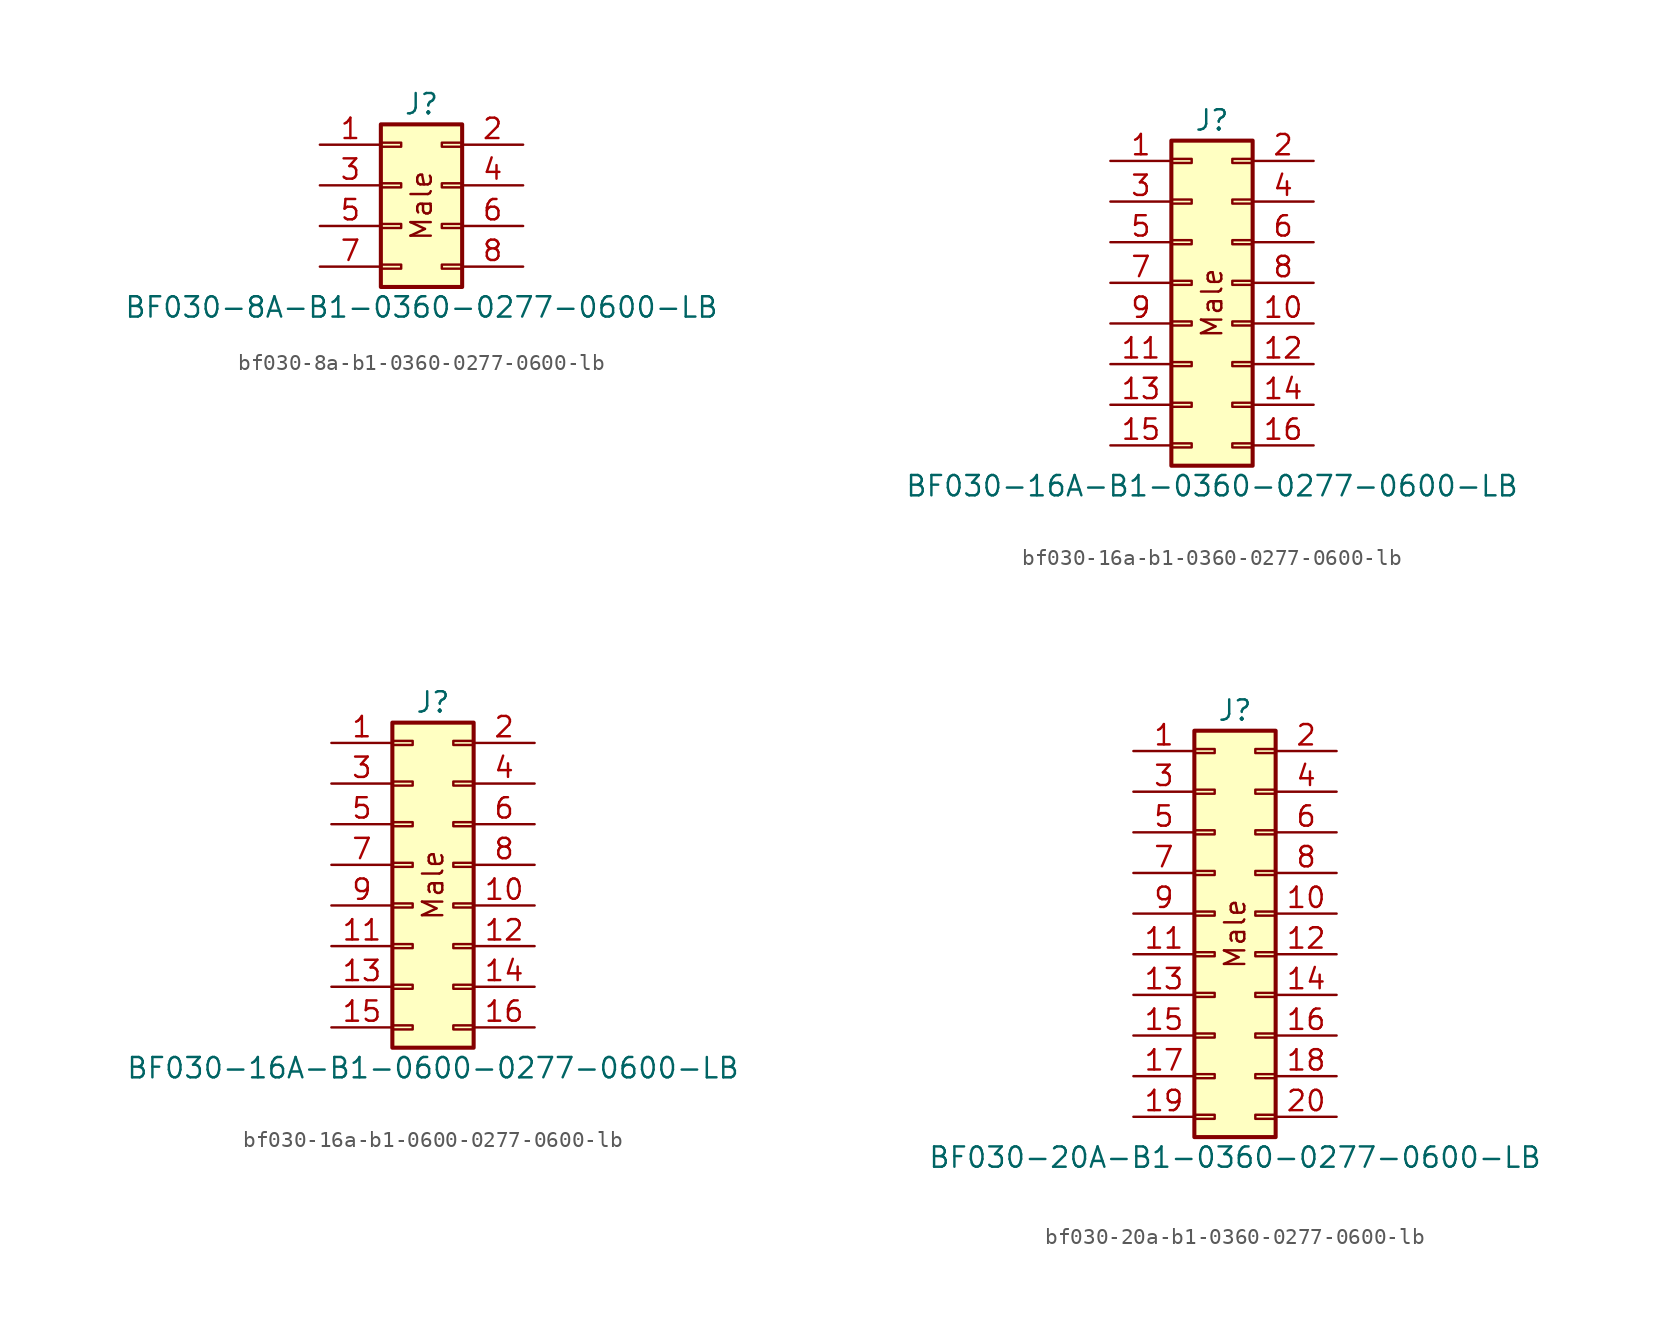
<source format=kicad_sym>
(kicad_symbol_lib
  (version 20231120)
  (generator "kicad_symbol_editor")
  (generator_version "8.0")
  (symbol "bf030-8a-b1-0360-0277-0600-lb"
    (property "Reference" "J"
      (at 0 6.35 0)
      (effects (font (size 1.27 1.27))))
    (property "Value" "BF030-8A-B1-0360-0277-0600-LB"
      (at 0 -6.35 0)
      (effects (font (size 1.27 1.27))))
    (symbol "bf030-8a-b1-0360-0277-0600-lb_1_1"
      (rectangle (start -2.54 -3.683) (end -1.27 -3.937) (stroke (width 0.152) (type default)) (fill (type none)))
      (rectangle (start -2.54 -1.143) (end -1.27 -1.397) (stroke (width 0.152) (type default)) (fill (type none)))
      (rectangle (start -2.54 1.397) (end -1.27 1.143) (stroke (width 0.152) (type default)) (fill (type none)))
      (rectangle (start -2.54 3.937) (end -1.27 3.683) (stroke (width 0.152) (type default)) (fill (type none)))
      (rectangle (start -2.54 5.08) (end 2.54 -5.08) (stroke (width 0.254) (type default)) (fill (type background)))
      (rectangle (start 2.54 -3.683) (end 1.27 -3.937) (stroke (width 0.152) (type default)) (fill (type none)))
      (rectangle (start 2.54 -1.143) (end 1.27 -1.397) (stroke (width 0.152) (type default)) (fill (type none)))
      (rectangle (start 2.54 1.397) (end 1.27 1.143) (stroke (width 0.152) (type default)) (fill (type none)))
      (rectangle (start 2.54 3.937) (end 1.27 3.683) (stroke (width 0.152) (type default)) (fill (type none)))
      (text "Male" (at 0 0 900) (effects (font (size 1.27 1.27))))
      (pin passive line (at -6.35 3.81 0) (length 3.81) (name "" (effects (font (size 1.27 1.27)))) (number "1" (effects (font (size 1.27 1.27)))))
      (pin passive line (at 6.35 3.81 180) (length 3.81) (name "" (effects (font (size 1.27 1.27)))) (number "2" (effects (font (size 1.27 1.27)))))
      (pin passive line (at -6.35 1.27 0) (length 3.81) (name "" (effects (font (size 1.27 1.27)))) (number "3" (effects (font (size 1.27 1.27)))))
      (pin passive line (at 6.35 1.27 180) (length 3.81) (name "" (effects (font (size 1.27 1.27)))) (number "4" (effects (font (size 1.27 1.27)))))
      (pin passive line (at -6.35 -1.27 0) (length 3.81) (name "" (effects (font (size 1.27 1.27)))) (number "5" (effects (font (size 1.27 1.27)))))
      (pin passive line (at 6.35 -1.27 180) (length 3.81) (name "" (effects (font (size 1.27 1.27)))) (number "6" (effects (font (size 1.27 1.27)))))
      (pin passive line (at -6.35 -3.81 0) (length 3.81) (name "" (effects (font (size 1.27 1.27)))) (number "7" (effects (font (size 1.27 1.27)))))
      (pin passive line (at 6.35 -3.81 180) (length 3.81) (name "" (effects (font (size 1.27 1.27)))) (number "8" (effects (font (size 1.27 1.27)))))))
  (symbol "bf030-16a-b1-0360-0277-0600-lb"
    (property "Reference" "J"
      (at 0 11.43 0)
      (effects (font (size 1.27 1.27))))
    (property "Value" "BF030-16A-B1-0360-0277-0600-LB"
      (at 0 -11.43 0)
      (effects (font (size 1.27 1.27))))
    (symbol "bf030-16a-b1-0360-0277-0600-lb_1_1"
      (rectangle (start -2.54 -8.763) (end -1.27 -9.017) (stroke (width 0.152) (type default)) (fill (type none)))
      (rectangle (start -2.54 -6.223) (end -1.27 -6.477) (stroke (width 0.152) (type default)) (fill (type none)))
      (rectangle (start -2.54 -3.683) (end -1.27 -3.937) (stroke (width 0.152) (type default)) (fill (type none)))
      (rectangle (start -2.54 -1.143) (end -1.27 -1.397) (stroke (width 0.152) (type default)) (fill (type none)))
      (rectangle (start -2.54 1.397) (end -1.27 1.143) (stroke (width 0.152) (type default)) (fill (type none)))
      (rectangle (start -2.54 3.937) (end -1.27 3.683) (stroke (width 0.152) (type default)) (fill (type none)))
      (rectangle (start -2.54 6.477) (end -1.27 6.223) (stroke (width 0.152) (type default)) (fill (type none)))
      (rectangle (start -2.54 9.017) (end -1.27 8.763) (stroke (width 0.152) (type default)) (fill (type none)))
      (rectangle (start -2.54 10.16) (end 2.54 -10.16) (stroke (width 0.254) (type default)) (fill (type background)))
      (rectangle (start 2.54 -8.763) (end 1.27 -9.017) (stroke (width 0.152) (type default)) (fill (type none)))
      (rectangle (start 2.54 -6.223) (end 1.27 -6.477) (stroke (width 0.152) (type default)) (fill (type none)))
      (rectangle (start 2.54 -3.683) (end 1.27 -3.937) (stroke (width 0.152) (type default)) (fill (type none)))
      (rectangle (start 2.54 -1.143) (end 1.27 -1.397) (stroke (width 0.152) (type default)) (fill (type none)))
      (rectangle (start 2.54 1.397) (end 1.27 1.143) (stroke (width 0.152) (type default)) (fill (type none)))
      (rectangle (start 2.54 3.937) (end 1.27 3.683) (stroke (width 0.152) (type default)) (fill (type none)))
      (rectangle (start 2.54 6.477) (end 1.27 6.223) (stroke (width 0.152) (type default)) (fill (type none)))
      (rectangle (start 2.54 9.017) (end 1.27 8.763) (stroke (width 0.152) (type default)) (fill (type none)))
      (text "Male" (at 0 0 900) (effects (font (size 1.27 1.27))))
      (pin passive line (at -6.35 8.89 0) (length 3.81) (name "" (effects (font (size 1.27 1.27)))) (number "1" (effects (font (size 1.27 1.27)))))
      (pin passive line (at 6.35 -1.27 180) (length 3.81) (name "" (effects (font (size 1.27 1.27)))) (number "10" (effects (font (size 1.27 1.27)))))
      (pin passive line (at -6.35 -3.81 0) (length 3.81) (name "" (effects (font (size 1.27 1.27)))) (number "11" (effects (font (size 1.27 1.27)))))
      (pin passive line (at 6.35 -3.81 180) (length 3.81) (name "" (effects (font (size 1.27 1.27)))) (number "12" (effects (font (size 1.27 1.27)))))
      (pin passive line (at -6.35 -6.35 0) (length 3.81) (name "" (effects (font (size 1.27 1.27)))) (number "13" (effects (font (size 1.27 1.27)))))
      (pin passive line (at 6.35 -6.35 180) (length 3.81) (name "" (effects (font (size 1.27 1.27)))) (number "14" (effects (font (size 1.27 1.27)))))
      (pin passive line (at -6.35 -8.89 0) (length 3.81) (name "" (effects (font (size 1.27 1.27)))) (number "15" (effects (font (size 1.27 1.27)))))
      (pin passive line (at 6.35 -8.89 180) (length 3.81) (name "" (effects (font (size 1.27 1.27)))) (number "16" (effects (font (size 1.27 1.27)))))
      (pin passive line (at 6.35 8.89 180) (length 3.81) (name "" (effects (font (size 1.27 1.27)))) (number "2" (effects (font (size 1.27 1.27)))))
      (pin passive line (at -6.35 6.35 0) (length 3.81) (name "" (effects (font (size 1.27 1.27)))) (number "3" (effects (font (size 1.27 1.27)))))
      (pin passive line (at 6.35 6.35 180) (length 3.81) (name "" (effects (font (size 1.27 1.27)))) (number "4" (effects (font (size 1.27 1.27)))))
      (pin passive line (at -6.35 3.81 0) (length 3.81) (name "" (effects (font (size 1.27 1.27)))) (number "5" (effects (font (size 1.27 1.27)))))
      (pin passive line (at 6.35 3.81 180) (length 3.81) (name "" (effects (font (size 1.27 1.27)))) (number "6" (effects (font (size 1.27 1.27)))))
      (pin passive line (at -6.35 1.27 0) (length 3.81) (name "" (effects (font (size 1.27 1.27)))) (number "7" (effects (font (size 1.27 1.27)))))
      (pin passive line (at 6.35 1.27 180) (length 3.81) (name "" (effects (font (size 1.27 1.27)))) (number "8" (effects (font (size 1.27 1.27)))))
      (pin passive line (at -6.35 -1.27 0) (length 3.81) (name "" (effects (font (size 1.27 1.27)))) (number "9" (effects (font (size 1.27 1.27)))))))
  (symbol "bf030-16a-b1-0600-0277-0600-lb"
    (property "Reference" "J"
      (at 0 11.43 0)
      (effects (font (size 1.27 1.27))))
    (property "Value" "BF030-16A-B1-0600-0277-0600-LB"
      (at 0 -11.43 0)
      (effects (font (size 1.27 1.27))))
    (symbol "bf030-16a-b1-0600-0277-0600-lb_1_1"
      (rectangle (start -2.54 -8.763) (end -1.27 -9.017) (stroke (width 0.152) (type default)) (fill (type none)))
      (rectangle (start -2.54 -6.223) (end -1.27 -6.477) (stroke (width 0.152) (type default)) (fill (type none)))
      (rectangle (start -2.54 -3.683) (end -1.27 -3.937) (stroke (width 0.152) (type default)) (fill (type none)))
      (rectangle (start -2.54 -1.143) (end -1.27 -1.397) (stroke (width 0.152) (type default)) (fill (type none)))
      (rectangle (start -2.54 1.397) (end -1.27 1.143) (stroke (width 0.152) (type default)) (fill (type none)))
      (rectangle (start -2.54 3.937) (end -1.27 3.683) (stroke (width 0.152) (type default)) (fill (type none)))
      (rectangle (start -2.54 6.477) (end -1.27 6.223) (stroke (width 0.152) (type default)) (fill (type none)))
      (rectangle (start -2.54 9.017) (end -1.27 8.763) (stroke (width 0.152) (type default)) (fill (type none)))
      (rectangle (start -2.54 10.16) (end 2.54 -10.16) (stroke (width 0.254) (type default)) (fill (type background)))
      (rectangle (start 2.54 -8.763) (end 1.27 -9.017) (stroke (width 0.152) (type default)) (fill (type none)))
      (rectangle (start 2.54 -6.223) (end 1.27 -6.477) (stroke (width 0.152) (type default)) (fill (type none)))
      (rectangle (start 2.54 -3.683) (end 1.27 -3.937) (stroke (width 0.152) (type default)) (fill (type none)))
      (rectangle (start 2.54 -1.143) (end 1.27 -1.397) (stroke (width 0.152) (type default)) (fill (type none)))
      (rectangle (start 2.54 1.397) (end 1.27 1.143) (stroke (width 0.152) (type default)) (fill (type none)))
      (rectangle (start 2.54 3.937) (end 1.27 3.683) (stroke (width 0.152) (type default)) (fill (type none)))
      (rectangle (start 2.54 6.477) (end 1.27 6.223) (stroke (width 0.152) (type default)) (fill (type none)))
      (rectangle (start 2.54 9.017) (end 1.27 8.763) (stroke (width 0.152) (type default)) (fill (type none)))
      (text "Male" (at 0 0 900) (effects (font (size 1.27 1.27))))
      (pin passive line (at -6.35 8.89 0) (length 3.81) (name "" (effects (font (size 1.27 1.27)))) (number "1" (effects (font (size 1.27 1.27)))))
      (pin passive line (at 6.35 -1.27 180) (length 3.81) (name "" (effects (font (size 1.27 1.27)))) (number "10" (effects (font (size 1.27 1.27)))))
      (pin passive line (at -6.35 -3.81 0) (length 3.81) (name "" (effects (font (size 1.27 1.27)))) (number "11" (effects (font (size 1.27 1.27)))))
      (pin passive line (at 6.35 -3.81 180) (length 3.81) (name "" (effects (font (size 1.27 1.27)))) (number "12" (effects (font (size 1.27 1.27)))))
      (pin passive line (at -6.35 -6.35 0) (length 3.81) (name "" (effects (font (size 1.27 1.27)))) (number "13" (effects (font (size 1.27 1.27)))))
      (pin passive line (at 6.35 -6.35 180) (length 3.81) (name "" (effects (font (size 1.27 1.27)))) (number "14" (effects (font (size 1.27 1.27)))))
      (pin passive line (at -6.35 -8.89 0) (length 3.81) (name "" (effects (font (size 1.27 1.27)))) (number "15" (effects (font (size 1.27 1.27)))))
      (pin passive line (at 6.35 -8.89 180) (length 3.81) (name "" (effects (font (size 1.27 1.27)))) (number "16" (effects (font (size 1.27 1.27)))))
      (pin passive line (at 6.35 8.89 180) (length 3.81) (name "" (effects (font (size 1.27 1.27)))) (number "2" (effects (font (size 1.27 1.27)))))
      (pin passive line (at -6.35 6.35 0) (length 3.81) (name "" (effects (font (size 1.27 1.27)))) (number "3" (effects (font (size 1.27 1.27)))))
      (pin passive line (at 6.35 6.35 180) (length 3.81) (name "" (effects (font (size 1.27 1.27)))) (number "4" (effects (font (size 1.27 1.27)))))
      (pin passive line (at -6.35 3.81 0) (length 3.81) (name "" (effects (font (size 1.27 1.27)))) (number "5" (effects (font (size 1.27 1.27)))))
      (pin passive line (at 6.35 3.81 180) (length 3.81) (name "" (effects (font (size 1.27 1.27)))) (number "6" (effects (font (size 1.27 1.27)))))
      (pin passive line (at -6.35 1.27 0) (length 3.81) (name "" (effects (font (size 1.27 1.27)))) (number "7" (effects (font (size 1.27 1.27)))))
      (pin passive line (at 6.35 1.27 180) (length 3.81) (name "" (effects (font (size 1.27 1.27)))) (number "8" (effects (font (size 1.27 1.27)))))
      (pin passive line (at -6.35 -1.27 0) (length 3.81) (name "" (effects (font (size 1.27 1.27)))) (number "9" (effects (font (size 1.27 1.27)))))))
  (symbol "bf030-20a-b1-0360-0277-0600-lb"
    (property "Reference" "J"
      (at 0 13.97 0)
      (effects (font (size 1.27 1.27))))
    (property "Value" "BF030-20A-B1-0360-0277-0600-LB"
      (at 0 -13.97 0)
      (effects (font (size 1.27 1.27))))
    (symbol "bf030-20a-b1-0360-0277-0600-lb_1_1"
      (rectangle (start -2.54 -11.303) (end -1.27 -11.557) (stroke (width 0.152) (type default)) (fill (type none)))
      (rectangle (start -2.54 -8.763) (end -1.27 -9.017) (stroke (width 0.152) (type default)) (fill (type none)))
      (rectangle (start -2.54 -6.223) (end -1.27 -6.477) (stroke (width 0.152) (type default)) (fill (type none)))
      (rectangle (start -2.54 -3.683) (end -1.27 -3.937) (stroke (width 0.152) (type default)) (fill (type none)))
      (rectangle (start -2.54 -1.143) (end -1.27 -1.397) (stroke (width 0.152) (type default)) (fill (type none)))
      (rectangle (start -2.54 1.397) (end -1.27 1.143) (stroke (width 0.152) (type default)) (fill (type none)))
      (rectangle (start -2.54 3.937) (end -1.27 3.683) (stroke (width 0.152) (type default)) (fill (type none)))
      (rectangle (start -2.54 6.477) (end -1.27 6.223) (stroke (width 0.152) (type default)) (fill (type none)))
      (rectangle (start -2.54 9.017) (end -1.27 8.763) (stroke (width 0.152) (type default)) (fill (type none)))
      (rectangle (start -2.54 11.557) (end -1.27 11.303) (stroke (width 0.152) (type default)) (fill (type none)))
      (rectangle (start -2.54 12.7) (end 2.54 -12.7) (stroke (width 0.254) (type default)) (fill (type background)))
      (rectangle (start 2.54 -11.303) (end 1.27 -11.557) (stroke (width 0.152) (type default)) (fill (type none)))
      (rectangle (start 2.54 -8.763) (end 1.27 -9.017) (stroke (width 0.152) (type default)) (fill (type none)))
      (rectangle (start 2.54 -6.223) (end 1.27 -6.477) (stroke (width 0.152) (type default)) (fill (type none)))
      (rectangle (start 2.54 -3.683) (end 1.27 -3.937) (stroke (width 0.152) (type default)) (fill (type none)))
      (rectangle (start 2.54 -1.143) (end 1.27 -1.397) (stroke (width 0.152) (type default)) (fill (type none)))
      (rectangle (start 2.54 1.397) (end 1.27 1.143) (stroke (width 0.152) (type default)) (fill (type none)))
      (rectangle (start 2.54 3.937) (end 1.27 3.683) (stroke (width 0.152) (type default)) (fill (type none)))
      (rectangle (start 2.54 6.477) (end 1.27 6.223) (stroke (width 0.152) (type default)) (fill (type none)))
      (rectangle (start 2.54 9.017) (end 1.27 8.763) (stroke (width 0.152) (type default)) (fill (type none)))
      (rectangle (start 2.54 11.557) (end 1.27 11.303) (stroke (width 0.152) (type default)) (fill (type none)))
      (text "Male" (at 0 0 900) (effects (font (size 1.27 1.27))))
      (pin passive line (at -6.35 11.43 0) (length 3.81) (name "" (effects (font (size 1.27 1.27)))) (number "1" (effects (font (size 1.27 1.27)))))
      (pin passive line (at 6.35 1.27 180) (length 3.81) (name "" (effects (font (size 1.27 1.27)))) (number "10" (effects (font (size 1.27 1.27)))))
      (pin passive line (at -6.35 -1.27 0) (length 3.81) (name "" (effects (font (size 1.27 1.27)))) (number "11" (effects (font (size 1.27 1.27)))))
      (pin passive line (at 6.35 -1.27 180) (length 3.81) (name "" (effects (font (size 1.27 1.27)))) (number "12" (effects (font (size 1.27 1.27)))))
      (pin passive line (at -6.35 -3.81 0) (length 3.81) (name "" (effects (font (size 1.27 1.27)))) (number "13" (effects (font (size 1.27 1.27)))))
      (pin passive line (at 6.35 -3.81 180) (length 3.81) (name "" (effects (font (size 1.27 1.27)))) (number "14" (effects (font (size 1.27 1.27)))))
      (pin passive line (at -6.35 -6.35 0) (length 3.81) (name "" (effects (font (size 1.27 1.27)))) (number "15" (effects (font (size 1.27 1.27)))))
      (pin passive line (at 6.35 -6.35 180) (length 3.81) (name "" (effects (font (size 1.27 1.27)))) (number "16" (effects (font (size 1.27 1.27)))))
      (pin passive line (at -6.35 -8.89 0) (length 3.81) (name "" (effects (font (size 1.27 1.27)))) (number "17" (effects (font (size 1.27 1.27)))))
      (pin passive line (at 6.35 -8.89 180) (length 3.81) (name "" (effects (font (size 1.27 1.27)))) (number "18" (effects (font (size 1.27 1.27)))))
      (pin passive line (at -6.35 -11.43 0) (length 3.81) (name "" (effects (font (size 1.27 1.27)))) (number "19" (effects (font (size 1.27 1.27)))))
      (pin passive line (at 6.35 11.43 180) (length 3.81) (name "" (effects (font (size 1.27 1.27)))) (number "2" (effects (font (size 1.27 1.27)))))
      (pin passive line (at 6.35 -11.43 180) (length 3.81) (name "" (effects (font (size 1.27 1.27)))) (number "20" (effects (font (size 1.27 1.27)))))
      (pin passive line (at -6.35 8.89 0) (length 3.81) (name "" (effects (font (size 1.27 1.27)))) (number "3" (effects (font (size 1.27 1.27)))))
      (pin passive line (at 6.35 8.89 180) (length 3.81) (name "" (effects (font (size 1.27 1.27)))) (number "4" (effects (font (size 1.27 1.27)))))
      (pin passive line (at -6.35 6.35 0) (length 3.81) (name "" (effects (font (size 1.27 1.27)))) (number "5" (effects (font (size 1.27 1.27)))))
      (pin passive line (at 6.35 6.35 180) (length 3.81) (name "" (effects (font (size 1.27 1.27)))) (number "6" (effects (font (size 1.27 1.27)))))
      (pin passive line (at -6.35 3.81 0) (length 3.81) (name "" (effects (font (size 1.27 1.27)))) (number "7" (effects (font (size 1.27 1.27)))))
      (pin passive line (at 6.35 3.81 180) (length 3.81) (name "" (effects (font (size 1.27 1.27)))) (number "8" (effects (font (size 1.27 1.27)))))
      (pin passive line (at -6.35 1.27 0) (length 3.81) (name "" (effects (font (size 1.27 1.27)))) (number "9" (effects (font (size 1.27 1.27))))))))
</source>
